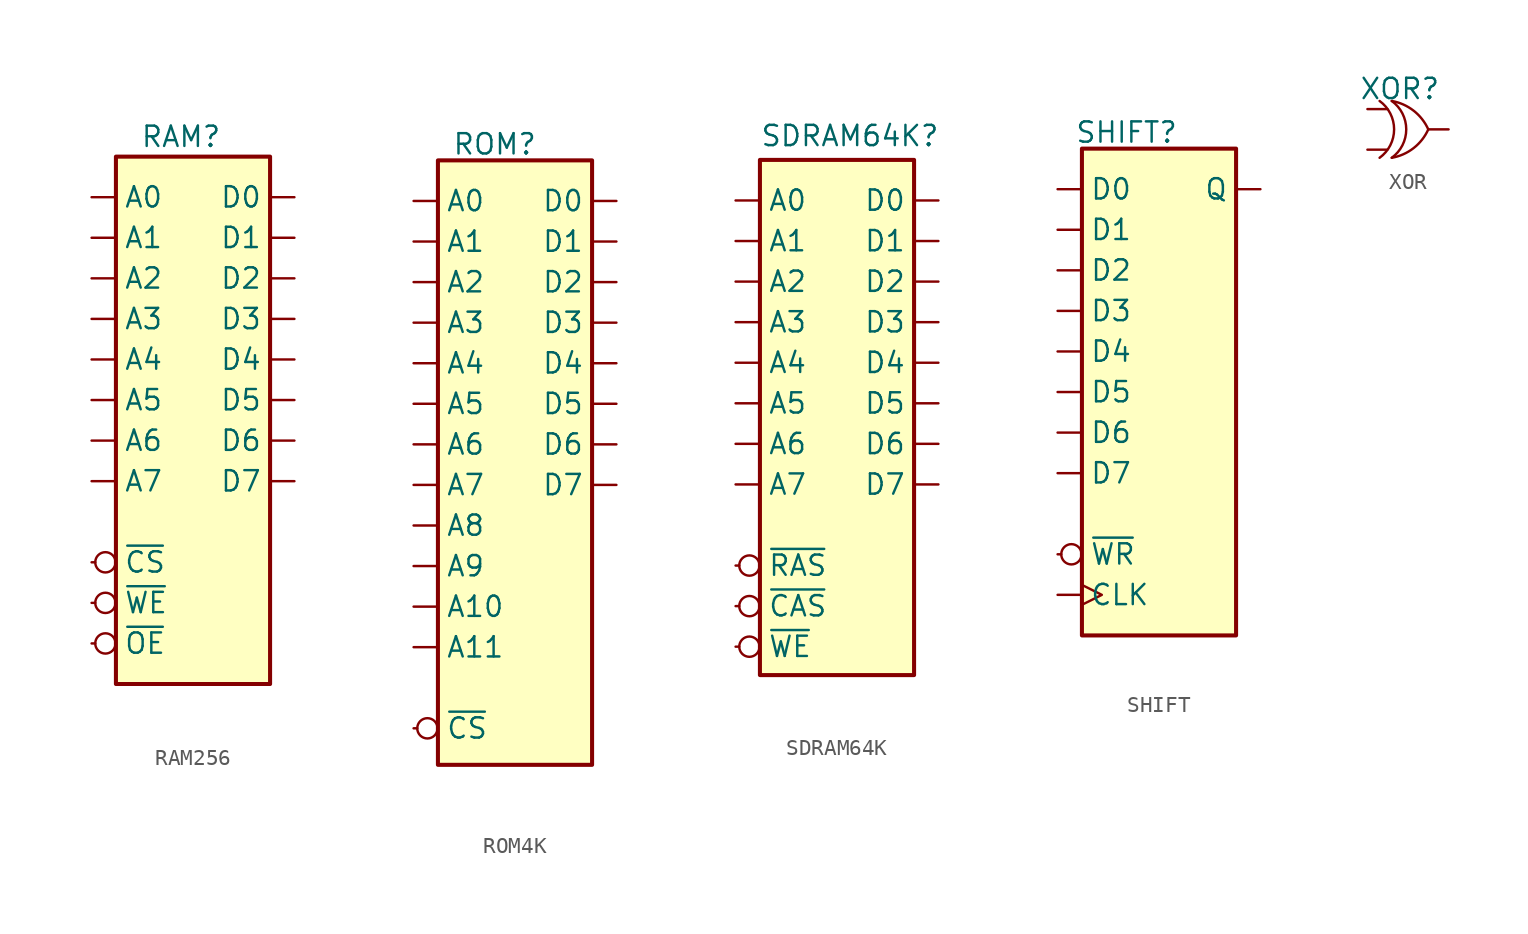
<source format=kicad_sym>
(kicad_symbol_lib
  (version 20220914)
  (generator kicad_symbol_editor)
  (symbol "RAM256"
    (pin_numbers hide)
    (property "Reference" "RAM"
      (at -3.302 20.828 0)
      (effects (font (size 1.27 1.27)) (justify left bottom)))
    (symbol "RAM256_0_1"
      (rectangle (start -4.826 20.32) (end 4.826 -12.7) (stroke (width 0.254) (type default)) (fill (type background))))
    (symbol "RAM256_1_1"
      (pin input line (at -6.35 17.78 0) (length 1.5) (name "A0" (effects (font (size 1.27 1.27)))) (number "1" (effects (font (size 1.27 1.27)))))
      (pin bidirectional line (at 6.35 17.78 180) (length 1.5) (name "D0" (effects (font (size 1.27 1.27)))) (number "17" (effects (font (size 1.27 1.27)))))
      (pin bidirectional line (at 6.35 15.24 180) (length 1.5) (name "D1" (effects (font (size 1.27 1.27)))) (number "18" (effects (font (size 1.27 1.27)))))
      (pin bidirectional line (at 6.35 12.7 180) (length 1.5) (name "D2" (effects (font (size 1.27 1.27)))) (number "19" (effects (font (size 1.27 1.27)))))
      (pin input line (at -6.35 15.24 0) (length 1.5) (name "A1" (effects (font (size 1.27 1.27)))) (number "2" (effects (font (size 1.27 1.27)))))
      (pin bidirectional line (at 6.35 10.16 180) (length 1.5) (name "D3" (effects (font (size 1.27 1.27)))) (number "20" (effects (font (size 1.27 1.27)))))
      (pin bidirectional line (at 6.35 7.62 180) (length 1.5) (name "D4" (effects (font (size 1.27 1.27)))) (number "21" (effects (font (size 1.27 1.27)))))
      (pin bidirectional line (at 6.35 5.08 180) (length 1.5) (name "D5" (effects (font (size 1.27 1.27)))) (number "22" (effects (font (size 1.27 1.27)))))
      (pin bidirectional line (at 6.35 2.54 180) (length 1.5) (name "D6" (effects (font (size 1.27 1.27)))) (number "23" (effects (font (size 1.27 1.27)))))
      (pin bidirectional line (at 6.35 0 180) (length 1.5) (name "D7" (effects (font (size 1.27 1.27)))) (number "24" (effects (font (size 1.27 1.27)))))
      (pin input inverted (at -6.35 -5.08 0) (length 1.5) (name "~{CS}" (effects (font (size 1.27 1.27)))) (number "26" (effects (font (size 1.27 1.27)))))
      (pin input inverted (at -6.35 -10.16 0) (length 1.5) (name "~{OE}" (effects (font (size 1.27 1.27)))) (number "27" (effects (font (size 1.27 1.27)))))
      (pin input inverted (at -6.35 -7.62 0) (length 1.5) (name "~{WE}" (effects (font (size 1.27 1.27)))) (number "28" (effects (font (size 1.27 1.27)))))
      (pin input line (at -6.35 12.7 0) (length 1.5) (name "A2" (effects (font (size 1.27 1.27)))) (number "3" (effects (font (size 1.27 1.27)))))
      (pin input line (at -6.35 10.16 0) (length 1.5) (name "A3" (effects (font (size 1.27 1.27)))) (number "4" (effects (font (size 1.27 1.27)))))
      (pin input line (at -6.35 7.62 0) (length 1.5) (name "A4" (effects (font (size 1.27 1.27)))) (number "5" (effects (font (size 1.27 1.27)))))
      (pin input line (at -6.35 5.08 0) (length 1.5) (name "A5" (effects (font (size 1.27 1.27)))) (number "6" (effects (font (size 1.27 1.27)))))
      (pin input line (at -6.35 2.54 0) (length 1.5) (name "A6" (effects (font (size 1.27 1.27)))) (number "7" (effects (font (size 1.27 1.27)))))
      (pin input line (at -6.35 0 0) (length 1.5) (name "A7" (effects (font (size 1.27 1.27)))) (number "8" (effects (font (size 1.27 1.27)))))))
  (symbol "ROM4K"
    (pin_numbers hide)
    (property "Reference" "ROM"
      (at -1.27 20.066 0)
      (effects (font (size 1.27 1.27))))
    (symbol "ROM4K_1_1"
      (rectangle (start -4.826 19.05) (end 4.826 -18.796) (stroke (width 0.254) (type default)) (fill (type background)))
      (pin input line (at -6.35 16.51 0) (length 1.5) (name "A0" (effects (font (size 1.27 1.27)))) (number "1" (effects (font (size 1.27 1.27)))))
      (pin input line (at -6.35 -1.27 0) (length 1.5) (name "A7" (effects (font (size 1.27 1.27)))) (number "10" (effects (font (size 1.27 1.27)))))
      (pin input line (at -6.35 -3.81 0) (length 1.5) (name "A8" (effects (font (size 1.27 1.27)))) (number "11" (effects (font (size 1.27 1.27)))))
      (pin input line (at -6.35 -6.35 0) (length 1.5) (name "A9" (effects (font (size 1.27 1.27)))) (number "12" (effects (font (size 1.27 1.27)))))
      (pin tri_state line (at 6.35 16.51 180) (length 1.5) (name "D0" (effects (font (size 1.27 1.27)))) (number "13" (effects (font (size 1.27 1.27)))))
      (pin tri_state line (at 6.35 13.97 180) (length 1.5) (name "D1" (effects (font (size 1.27 1.27)))) (number "14" (effects (font (size 1.27 1.27)))))
      (pin tri_state line (at 6.35 11.43 180) (length 1.5) (name "D2" (effects (font (size 1.27 1.27)))) (number "15" (effects (font (size 1.27 1.27)))))
      (pin tri_state line (at 6.35 8.89 180) (length 1.5) (name "D3" (effects (font (size 1.27 1.27)))) (number "16" (effects (font (size 1.27 1.27)))))
      (pin tri_state line (at 6.35 6.35 180) (length 1.5) (name "D4" (effects (font (size 1.27 1.27)))) (number "17" (effects (font (size 1.27 1.27)))))
      (pin tri_state line (at 6.35 3.81 180) (length 1.5) (name "D5" (effects (font (size 1.27 1.27)))) (number "18" (effects (font (size 1.27 1.27)))))
      (pin tri_state line (at 6.35 1.27 180) (length 1.5) (name "D6" (effects (font (size 1.27 1.27)))) (number "19" (effects (font (size 1.27 1.27)))))
      (pin input line (at -6.35 13.97 0) (length 1.5) (name "A1" (effects (font (size 1.27 1.27)))) (number "2" (effects (font (size 1.27 1.27)))))
      (pin tri_state line (at 6.35 -1.27 180) (length 1.5) (name "D7" (effects (font (size 1.27 1.27)))) (number "20" (effects (font (size 1.27 1.27)))))
      (pin input inverted (at -6.35 -16.51 0) (length 1.5) (name "~{CS}" (effects (font (size 1.27 1.27)))) (number "21" (effects (font (size 1.27 1.27)))))
      (pin input line (at -6.35 -8.89 0) (length 1.5) (name "A10" (effects (font (size 1.27 1.27)))) (number "3" (effects (font (size 1.27 1.27)))))
      (pin input line (at -6.35 -11.43 0) (length 1.5) (name "A11" (effects (font (size 1.27 1.27)))) (number "4" (effects (font (size 1.27 1.27)))))
      (pin input line (at -6.35 11.43 0) (length 1.5) (name "A2" (effects (font (size 1.27 1.27)))) (number "5" (effects (font (size 1.27 1.27)))))
      (pin input line (at -6.35 8.89 0) (length 1.5) (name "A3" (effects (font (size 1.27 1.27)))) (number "6" (effects (font (size 1.27 1.27)))))
      (pin input line (at -6.35 6.35 0) (length 1.5) (name "A4" (effects (font (size 1.27 1.27)))) (number "7" (effects (font (size 1.27 1.27)))))
      (pin input line (at -6.35 3.81 0) (length 1.5) (name "A5" (effects (font (size 1.27 1.27)))) (number "8" (effects (font (size 1.27 1.27)))))
      (pin input line (at -6.35 1.27 0) (length 1.5) (name "A6" (effects (font (size 1.27 1.27)))) (number "9" (effects (font (size 1.27 1.27)))))))
  (symbol "SDRAM64K"
    (pin_numbers hide)
    (property "Reference" "SDRAM64K"
      (at -4.826 21.082 0)
      (effects (font (size 1.27 1.27)) (justify left bottom)))
    (symbol "SDRAM64K_1_1"
      (rectangle (start -4.826 20.32) (end 4.826 -11.938) (stroke (width 0.254) (type default)) (fill (type background)))
      (pin input line (at -6.35 17.78 0) (length 1.5) (name "A0" (effects (font (size 1.27 1.27)))) (number "1" (effects (font (size 1.27 1.27)))))
      (pin bidirectional line (at 6.35 17.78 180) (length 1.5) (name "D0" (effects (font (size 1.27 1.27)))) (number "17" (effects (font (size 1.27 1.27)))))
      (pin bidirectional line (at 6.35 15.24 180) (length 1.5) (name "D1" (effects (font (size 1.27 1.27)))) (number "18" (effects (font (size 1.27 1.27)))))
      (pin bidirectional line (at 6.35 12.7 180) (length 1.5) (name "D2" (effects (font (size 1.27 1.27)))) (number "19" (effects (font (size 1.27 1.27)))))
      (pin input line (at -6.35 15.24 0) (length 1.5) (name "A1" (effects (font (size 1.27 1.27)))) (number "2" (effects (font (size 1.27 1.27)))))
      (pin bidirectional line (at 6.35 10.16 180) (length 1.5) (name "D3" (effects (font (size 1.27 1.27)))) (number "20" (effects (font (size 1.27 1.27)))))
      (pin bidirectional line (at 6.35 7.62 180) (length 1.5) (name "D4" (effects (font (size 1.27 1.27)))) (number "21" (effects (font (size 1.27 1.27)))))
      (pin bidirectional line (at 6.35 5.08 180) (length 1.5) (name "D5" (effects (font (size 1.27 1.27)))) (number "22" (effects (font (size 1.27 1.27)))))
      (pin bidirectional line (at 6.35 2.54 180) (length 1.5) (name "D6" (effects (font (size 1.27 1.27)))) (number "23" (effects (font (size 1.27 1.27)))))
      (pin bidirectional line (at 6.35 0 180) (length 1.5) (name "D7" (effects (font (size 1.27 1.27)))) (number "24" (effects (font (size 1.27 1.27)))))
      (pin input inverted (at -6.35 -5.08 0) (length 1.5) (name "~{RAS}" (effects (font (size 1.27 1.27)))) (number "26" (effects (font (size 1.27 1.27)))))
      (pin input inverted (at -6.35 -7.62 0) (length 1.5) (name "~{CAS}" (effects (font (size 1.27 1.27)))) (number "27" (effects (font (size 1.27 1.27)))))
      (pin input inverted (at -6.35 -10.16 0) (length 1.5) (name "~{WE}" (effects (font (size 1.27 1.27)))) (number "28" (effects (font (size 1.27 1.27)))))
      (pin input line (at -6.35 12.7 0) (length 1.5) (name "A2" (effects (font (size 1.27 1.27)))) (number "3" (effects (font (size 1.27 1.27)))))
      (pin input line (at -6.35 10.16 0) (length 1.5) (name "A3" (effects (font (size 1.27 1.27)))) (number "4" (effects (font (size 1.27 1.27)))))
      (pin input line (at -6.35 7.62 0) (length 1.5) (name "A4" (effects (font (size 1.27 1.27)))) (number "5" (effects (font (size 1.27 1.27)))))
      (pin input line (at -6.35 5.08 0) (length 1.5) (name "A5" (effects (font (size 1.27 1.27)))) (number "6" (effects (font (size 1.27 1.27)))))
      (pin input line (at -6.35 2.54 0) (length 1.5) (name "A6" (effects (font (size 1.27 1.27)))) (number "7" (effects (font (size 1.27 1.27)))))
      (pin input line (at -6.35 0 0) (length 1.5) (name "A7" (effects (font (size 1.27 1.27)))) (number "8" (effects (font (size 1.27 1.27)))))))
  (symbol "SHIFT"
    (pin_numbers hide)
    (property "Reference" "SHIFT"
      (at -2.032 16.256 0)
      (effects (font (size 1.27 1.27))))
    (symbol "SHIFT_1_0"
      (pin input line (at -6.35 12.7 0) (length 1.5) (name "D0" (effects (font (size 1.27 1.27)))) (number "1" (effects (font (size 1.27 1.27)))))
      (pin input inverted (at -6.35 -10.16 0) (length 1.5) (name "~{WR}" (effects (font (size 1.27 1.27)))) (number "18" (effects (font (size 1.27 1.27)))))
      (pin input line (at -6.35 10.16 0) (length 1.5) (name "D1" (effects (font (size 1.27 1.27)))) (number "2" (effects (font (size 1.27 1.27)))))
      (pin input line (at -6.35 7.62 0) (length 1.5) (name "D2" (effects (font (size 1.27 1.27)))) (number "3" (effects (font (size 1.27 1.27)))))
      (pin input line (at -6.35 5.08 0) (length 1.5) (name "D3" (effects (font (size 1.27 1.27)))) (number "4" (effects (font (size 1.27 1.27)))))
      (pin input line (at -6.35 2.54 0) (length 1.5) (name "D4" (effects (font (size 1.27 1.27)))) (number "5" (effects (font (size 1.27 1.27)))))
      (pin input line (at -6.35 0 0) (length 1.5) (name "D5" (effects (font (size 1.27 1.27)))) (number "6" (effects (font (size 1.27 1.27)))))
      (pin input line (at -6.35 -2.54 0) (length 1.5) (name "D6" (effects (font (size 1.27 1.27)))) (number "7" (effects (font (size 1.27 1.27)))))
      (pin input line (at -6.35 -5.08 0) (length 1.5) (name "D7" (effects (font (size 1.27 1.27)))) (number "8" (effects (font (size 1.27 1.27)))))
      (pin output line (at 6.35 12.7 180) (length 1.5) (name "Q" (effects (font (size 1.27 1.27)))) (number "9" (effects (font (size 1.27 1.27))))))
    (symbol "SHIFT_1_1"
      (rectangle (start -4.826 15.24) (end 4.826 -15.24) (stroke (width 0.254) (type default)) (fill (type background)))
      (pin input clock (at -6.35 -12.7 0) (length 1.5) (name "CLK" (effects (font (size 1.27 1.27)))) (number "17" (effects (font (size 1.27 1.27)))))))
  (symbol "XOR"
    (pin_numbers hide)
    (pin_names hide)
    (property "Reference" "XOR"
      (at -0.508 2.54 0)
      (effects (font (size 1.27 1.27))))
    (symbol "XOR_0_1"
      (arc (start -1.778 -1.778) (mid -0.8697 0) (end -1.778 1.778) (stroke (width 0) (type default)) (fill (type none)))
      (arc (start -1.016 -1.778) (mid -0.1101 0) (end -1.016 1.778) (stroke (width 0) (type default)) (fill (type none)))
      (arc (start -1.016 -1.778) (mid 0.3483 -1.1735) (end 1.27 0) (stroke (width 0) (type default)) (fill (type none)))
      (arc (start 1.27 0) (mid 0.3476 1.1727) (end -1.016 1.778) (stroke (width 0) (type default)) (fill (type none))))
    (symbol "XOR_1_1"
      (pin input line (at -2.54 1.27 0) (length 1.25) (name "IN0" (effects (font (size 1.27 1.27)))) (number "1" (effects (font (size 1.27 1.27)))))
      (pin input line (at -2.54 -1.27 0) (length 1.25) (name "IN1" (effects (font (size 1.27 1.27)))) (number "2" (effects (font (size 1.27 1.27)))))
      (pin output line (at 2.54 0 180) (length 1.25) (name "OUT" (effects (font (size 1.27 1.27)))) (number "3" (effects (font (size 1.27 1.27))))))))
</source>
